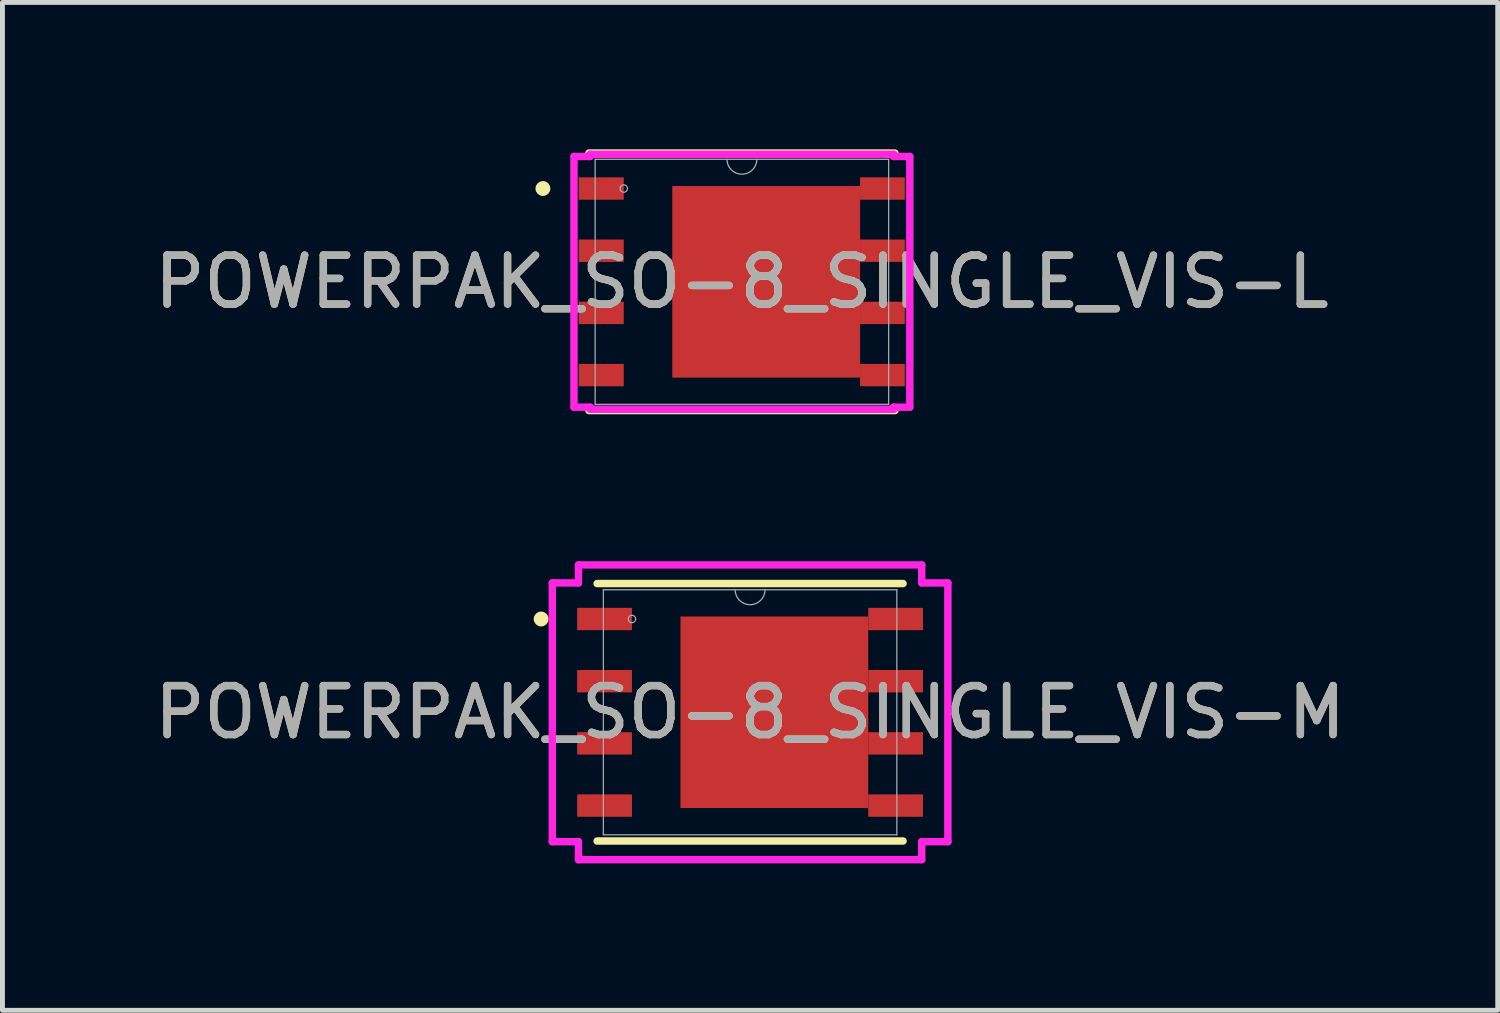
<source format=kicad_pcb>
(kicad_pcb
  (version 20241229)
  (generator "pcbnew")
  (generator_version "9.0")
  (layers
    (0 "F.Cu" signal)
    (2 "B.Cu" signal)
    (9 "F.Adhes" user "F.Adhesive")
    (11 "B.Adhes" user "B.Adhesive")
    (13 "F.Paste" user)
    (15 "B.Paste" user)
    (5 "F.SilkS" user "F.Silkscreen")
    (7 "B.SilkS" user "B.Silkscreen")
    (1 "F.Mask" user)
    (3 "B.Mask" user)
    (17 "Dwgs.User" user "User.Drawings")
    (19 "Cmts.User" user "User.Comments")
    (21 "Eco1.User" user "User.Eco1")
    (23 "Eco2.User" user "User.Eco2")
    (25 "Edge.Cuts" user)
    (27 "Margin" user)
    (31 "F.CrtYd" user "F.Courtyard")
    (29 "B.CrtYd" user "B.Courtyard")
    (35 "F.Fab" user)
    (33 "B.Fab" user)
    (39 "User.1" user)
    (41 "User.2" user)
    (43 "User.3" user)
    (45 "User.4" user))
  (footprint "POWERPAK_SO-8_SINGLE_VIS-L"
    (layer "F.Cu")
    (at 12.101 2.705)
    (property "Reference" "POWERPAK_SO-8_SINGLE_VIS-L" (at 0 0 0) (unlocked yes) (layer "F.SilkS") (effects (font (size 1 1) (thickness 0.15))))
    (attr smd)
    (fp_poly (pts (xy 2.413 -1.956) (xy -1.422 -1.956) (xy -1.422 1.956) (xy 2.413 1.956)) (stroke (width 0) (type solid)) (fill yes) (layer "F.Cu"))
    (fp_poly (pts (xy 2.413 -1.956) (xy -1.422 -1.956) (xy -1.422 1.956) (xy 2.413 1.956)) (stroke (width 0) (type solid)) (fill yes) (layer "F.Mask"))
    (fp_line (start -3.124 2.629) (end 3.124 2.629) (stroke (width 0.152) (type solid)) (layer "F.SilkS"))
    (fp_line (start 3.124 -2.629) (end -3.124 -2.629) (stroke (width 0.152) (type solid)) (layer "F.SilkS"))
    (fp_circle (center -4.064 -1.905) (end -3.988 -1.905) (stroke (width 0.152) (type solid)) (fill no) (layer "F.SilkS"))
    (fp_poly (pts (xy 2.413 -1.956) (xy -1.422 -1.956) (xy -1.422 1.956) (xy 2.413 1.956)) (stroke (width 0) (type solid)) (fill yes) (layer "F.Paste"))
    (fp_line (start -3.429 -2.56) (end -3.099 -2.56) (stroke (width 0.152) (type solid)) (layer "F.CrtYd"))
    (fp_line (start -3.429 2.56) (end -3.429 -2.56) (stroke (width 0.152) (type solid)) (layer "F.CrtYd"))
    (fp_line (start -3.429 2.56) (end -3.099 2.56) (stroke (width 0.152) (type solid)) (layer "F.CrtYd"))
    (fp_line (start -3.099 -2.603) (end 3.099 -2.603) (stroke (width 0.152) (type solid)) (layer "F.CrtYd"))
    (fp_line (start -3.099 -2.56) (end -3.099 -2.603) (stroke (width 0.152) (type solid)) (layer "F.CrtYd"))
    (fp_line (start -3.099 2.603) (end -3.099 2.56) (stroke (width 0.152) (type solid)) (layer "F.CrtYd"))
    (fp_line (start 3.099 -2.603) (end 3.099 -2.56) (stroke (width 0.152) (type solid)) (layer "F.CrtYd"))
    (fp_line (start 3.099 2.56) (end 3.099 2.603) (stroke (width 0.152) (type solid)) (layer "F.CrtYd"))
    (fp_line (start 3.099 2.603) (end -3.099 2.603) (stroke (width 0.152) (type solid)) (layer "F.CrtYd"))
    (fp_line (start 3.429 -2.56) (end 3.099 -2.56) (stroke (width 0.152) (type solid)) (layer "F.CrtYd"))
    (fp_line (start 3.429 -2.56) (end 3.429 2.56) (stroke (width 0.152) (type solid)) (layer "F.CrtYd"))
    (fp_line (start 3.429 2.56) (end 3.099 2.56) (stroke (width 0.152) (type solid)) (layer "F.CrtYd"))
    (fp_line (start -2.997 -2.502) (end -2.997 2.502) (stroke (width 0.025) (type solid)) (layer "F.Fab"))
    (fp_line (start -2.997 2.502) (end 2.997 2.502) (stroke (width 0.025) (type solid)) (layer "F.Fab"))
    (fp_line (start 2.997 -2.502) (end -2.997 -2.502) (stroke (width 0.025) (type solid)) (layer "F.Fab"))
    (fp_line (start 2.997 2.502) (end 2.997 -2.502) (stroke (width 0.025) (type solid)) (layer "F.Fab"))
    (fp_arc (start 0.3048 -2.5019) (mid 0 -2.1971) (end -0.3048 -2.5019) (stroke (width 0.0254) (type solid)) (layer "F.Fab"))
    (fp_circle (center -2.413 -1.905) (end -2.337 -1.905) (stroke (width 0.025) (type solid)) (fill no) (layer "F.Fab"))
    (fp_text user "${REFERENCE}" (at 0 0 0) (unlocked yes) (layer "F.Fab") (effects (font (size 1 1) (thickness 0.15))))
    (pad "1" smd rect (at -2.87 -1.905) (size 0.914 0.457) (layers "F.Cu" "F.Mask" "F.Paste"))
    (pad "2" smd rect (at -2.87 -0.635) (size 0.914 0.457) (layers "F.Cu" "F.Mask" "F.Paste"))
    (pad "3" smd rect (at -2.87 0.635) (size 0.914 0.457) (layers "F.Cu" "F.Mask" "F.Paste"))
    (pad "4" smd rect (at -2.87 1.905) (size 0.914 0.457) (layers "F.Cu" "F.Mask" "F.Paste"))
    (pad "5" smd rect (at 2.87 1.905) (size 0.914 0.457) (layers "F.Cu" "F.Mask" "F.Paste"))
    (pad "6" smd rect (at 2.87 0.635) (size 0.914 0.457) (layers "F.Cu" "F.Mask" "F.Paste"))
    (pad "7" smd rect (at 2.87 -0.635) (size 0.914 0.457) (layers "F.Cu" "F.Mask" "F.Paste"))
    (pad "8" smd rect (at 2.87 -1.905) (size 0.914 0.457) (layers "F.Cu" "F.Mask" "F.Paste")))
  (footprint "POWERPAK_SO-8_SINGLE_VIS-M"
    (layer "F.Cu")
    (at 12.268 11.496)
    (property "Reference" "POWERPAK_SO-8_SINGLE_VIS-M" (at 0 0 0) (unlocked yes) (layer "F.SilkS") (effects (font (size 1 1) (thickness 0.15))))
    (attr smd)
    (fp_poly (pts (xy 2.413 -1.956) (xy -1.422 -1.956) (xy -1.422 1.956) (xy 2.413 1.956)) (stroke (width 0) (type solid)) (fill yes) (layer "F.Cu"))
    (fp_poly (pts (xy 2.413 -1.956) (xy -1.422 -1.956) (xy -1.422 1.956) (xy 2.413 1.956)) (stroke (width 0) (type solid)) (fill yes) (layer "F.Mask"))
    (fp_line (start -3.124 2.629) (end 3.124 2.629) (stroke (width 0.152) (type solid)) (layer "F.SilkS"))
    (fp_line (start 3.124 -2.629) (end -3.124 -2.629) (stroke (width 0.152) (type solid)) (layer "F.SilkS"))
    (fp_circle (center -4.267 -1.905) (end -4.191 -1.905) (stroke (width 0.152) (type solid)) (fill no) (layer "F.SilkS"))
    (fp_poly (pts (xy 2.413 -1.956) (xy -1.422 -1.956) (xy -1.422 1.956) (xy 2.413 1.956)) (stroke (width 0) (type solid)) (fill yes) (layer "F.Paste"))
    (fp_line (start -4.039 -2.642) (end -3.505 -2.642) (stroke (width 0.152) (type solid)) (layer "F.CrtYd"))
    (fp_line (start -4.039 2.642) (end -4.039 -2.642) (stroke (width 0.152) (type solid)) (layer "F.CrtYd"))
    (fp_line (start -4.039 2.642) (end -3.505 2.642) (stroke (width 0.152) (type solid)) (layer "F.CrtYd"))
    (fp_line (start -3.505 -3.01) (end 3.505 -3.01) (stroke (width 0.152) (type solid)) (layer "F.CrtYd"))
    (fp_line (start -3.505 -2.642) (end -3.505 -3.01) (stroke (width 0.152) (type solid)) (layer "F.CrtYd"))
    (fp_line (start -3.505 3.01) (end -3.505 2.642) (stroke (width 0.152) (type solid)) (layer "F.CrtYd"))
    (fp_line (start 3.505 -3.01) (end 3.505 -2.642) (stroke (width 0.152) (type solid)) (layer "F.CrtYd"))
    (fp_line (start 3.505 2.642) (end 3.505 3.01) (stroke (width 0.152) (type solid)) (layer "F.CrtYd"))
    (fp_line (start 3.505 3.01) (end -3.505 3.01) (stroke (width 0.152) (type solid)) (layer "F.CrtYd"))
    (fp_line (start 4.039 -2.642) (end 3.505 -2.642) (stroke (width 0.152) (type solid)) (layer "F.CrtYd"))
    (fp_line (start 4.039 -2.642) (end 4.039 2.642) (stroke (width 0.152) (type solid)) (layer "F.CrtYd"))
    (fp_line (start 4.039 2.642) (end 3.505 2.642) (stroke (width 0.152) (type solid)) (layer "F.CrtYd"))
    (fp_line (start -2.997 -2.502) (end -2.997 2.502) (stroke (width 0.025) (type solid)) (layer "F.Fab"))
    (fp_line (start -2.997 2.502) (end 2.997 2.502) (stroke (width 0.025) (type solid)) (layer "F.Fab"))
    (fp_line (start 2.997 -2.502) (end -2.997 -2.502) (stroke (width 0.025) (type solid)) (layer "F.Fab"))
    (fp_line (start 2.997 2.502) (end 2.997 -2.502) (stroke (width 0.025) (type solid)) (layer "F.Fab"))
    (fp_arc (start 0.3048 -2.5019) (mid 0 -2.1971) (end -0.3048 -2.5019) (stroke (width 0.0254) (type solid)) (layer "F.Fab"))
    (fp_circle (center -2.413 -1.905) (end -2.337 -1.905) (stroke (width 0.025) (type solid)) (fill no) (layer "F.Fab"))
    (fp_text user "${REFERENCE}" (at 0 0 0) (unlocked yes) (layer "F.Fab") (effects (font (size 1 1) (thickness 0.15))))
    (pad "1" smd rect (at -2.972 -1.905) (size 1.118 0.457) (layers "F.Cu" "F.Mask" "F.Paste"))
    (pad "2" smd rect (at -2.972 -0.635) (size 1.118 0.457) (layers "F.Cu" "F.Mask" "F.Paste"))
    (pad "3" smd rect (at -2.972 0.635) (size 1.118 0.457) (layers "F.Cu" "F.Mask" "F.Paste"))
    (pad "4" smd rect (at -2.972 1.905) (size 1.118 0.457) (layers "F.Cu" "F.Mask" "F.Paste"))
    (pad "5" smd rect (at 2.972 1.905) (size 1.118 0.457) (layers "F.Cu" "F.Mask" "F.Paste"))
    (pad "6" smd rect (at 2.972 0.635) (size 1.118 0.457) (layers "F.Cu" "F.Mask" "F.Paste"))
    (pad "7" smd rect (at 2.972 -0.635) (size 1.118 0.457) (layers "F.Cu" "F.Mask" "F.Paste"))
    (pad "8" smd rect (at 2.972 -1.905) (size 1.118 0.457) (layers "F.Cu" "F.Mask" "F.Paste")))
  (gr_rect
    (start -3 -3)
    (end 27.536 17.582)
    (stroke (width 0.1) (type default))
    (fill no)
    (layer "Edge.Cuts")))
</source>
